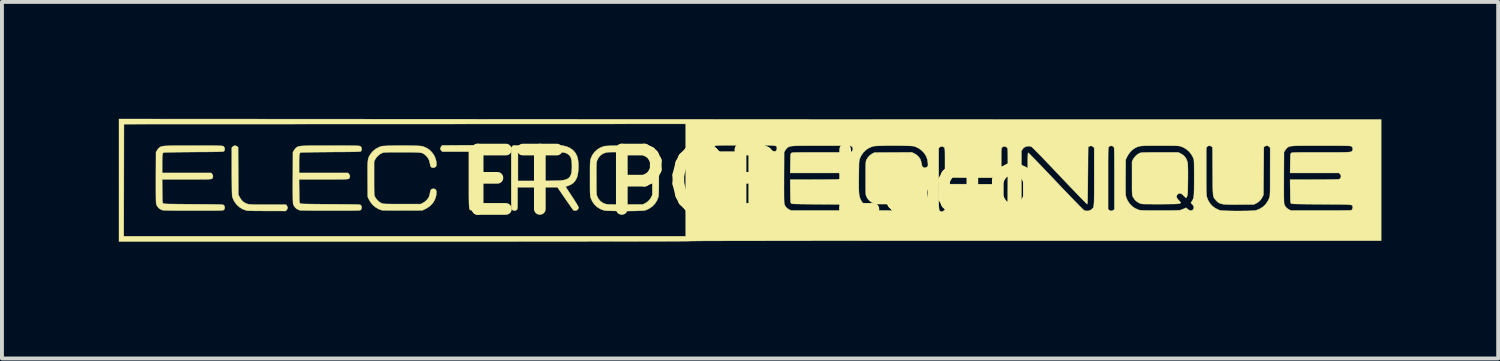
<source format=kicad_pcb>
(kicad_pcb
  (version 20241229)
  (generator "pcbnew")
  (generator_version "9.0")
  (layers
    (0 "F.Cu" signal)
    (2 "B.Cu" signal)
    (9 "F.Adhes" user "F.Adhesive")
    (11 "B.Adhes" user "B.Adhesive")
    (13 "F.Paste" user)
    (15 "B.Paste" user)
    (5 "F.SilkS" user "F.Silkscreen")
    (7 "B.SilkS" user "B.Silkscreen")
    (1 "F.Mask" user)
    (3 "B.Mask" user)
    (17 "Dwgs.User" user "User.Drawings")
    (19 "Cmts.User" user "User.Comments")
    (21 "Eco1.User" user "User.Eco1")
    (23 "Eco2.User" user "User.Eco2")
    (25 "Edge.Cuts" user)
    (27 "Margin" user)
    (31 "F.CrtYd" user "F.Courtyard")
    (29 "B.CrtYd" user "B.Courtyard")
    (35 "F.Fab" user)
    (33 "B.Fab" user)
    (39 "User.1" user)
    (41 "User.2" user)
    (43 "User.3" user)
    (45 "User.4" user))
  (footprint "ET PCB Logo"
    (layer "F.Cu")
    (at 16.251 1.624)
    (property "Reference" "ET PCB Logo" (at 0 0 0) (layer "F.SilkS") (effects (font (size 1.524 1.524) (thickness 0.3))))
    (attr through_hole)
    (fp_poly (pts (xy -13.217 -0.916) (xy -13.215 -0.914) (xy -13.189 -0.893) (xy -13.186 -0.286) (xy -13.183 0.321) (xy -13.149 0.388) (xy -13.105 0.458) (xy -13.051 0.512) (xy -12.985 0.549) (xy -12.957 0.559) (xy -12.94 0.564) (xy -12.923 0.568) (xy -12.903 0.571) (xy -12.879 0.573) (xy -12.848 0.575) (xy -12.809 0.577) (xy -12.759 0.578) (xy -12.697 0.579) (xy -12.62 0.579) (xy -12.527 0.579) (xy -12.425 0.579) (xy -11.96 0.579) (xy -11.939 0.606) (xy -11.92 0.643) (xy -11.921 0.681) (xy -11.94 0.714) (xy -11.943 0.717) (xy -11.968 0.742) (xy -12.448 0.741) (xy -12.574 0.74) (xy -12.68 0.74) (xy -12.769 0.739) (xy -12.841 0.737) (xy -12.897 0.735) (xy -12.939 0.733) (xy -12.968 0.73) (xy -12.981 0.727) (xy -13.068 0.696) (xy -13.148 0.648) (xy -13.219 0.585) (xy -13.277 0.512) (xy -13.319 0.429) (xy -13.339 0.366) (xy -13.342 0.345) (xy -13.344 0.305) (xy -13.346 0.246) (xy -13.347 0.169) (xy -13.348 0.076) (xy -13.349 -0.033) (xy -13.35 -0.157) (xy -13.35 -0.282) (xy -13.35 -0.885) (xy -13.325 -0.91) (xy -13.292 -0.931) (xy -13.254 -0.933) (xy -13.217 -0.916)) (stroke (width 0.01) (type solid)) (fill yes) (layer "F.SilkS"))
    (fp_poly (pts (xy -7.042 -0.945) (xy -6.92 -0.945) (xy -6.815 -0.945) (xy -6.726 -0.944) (xy -6.652 -0.944) (xy -6.591 -0.943) (xy -6.542 -0.943) (xy -6.504 -0.941) (xy -6.474 -0.94) (xy -6.452 -0.938) (xy -6.436 -0.936) (xy -6.425 -0.933) (xy -6.417 -0.93) (xy -6.411 -0.927) (xy -6.407 -0.924) (xy -6.386 -0.896) (xy -6.379 -0.86) (xy -6.387 -0.825) (xy -6.403 -0.803) (xy -6.409 -0.797) (xy -6.418 -0.793) (xy -6.43 -0.789) (xy -6.448 -0.787) (xy -6.474 -0.785) (xy -6.511 -0.784) (xy -6.56 -0.783) (xy -6.623 -0.782) (xy -6.703 -0.782) (xy -6.763 -0.782) (xy -7.102 -0.782) (xy -7.102 -0.052) (xy -7.102 0.088) (xy -7.102 0.209) (xy -7.102 0.312) (xy -7.103 0.4) (xy -7.103 0.472) (xy -7.104 0.532) (xy -7.105 0.58) (xy -7.106 0.617) (xy -7.107 0.645) (xy -7.109 0.666) (xy -7.112 0.681) (xy -7.114 0.69) (xy -7.117 0.697) (xy -7.12 0.7) (xy -7.147 0.719) (xy -7.181 0.727) (xy -7.213 0.722) (xy -7.219 0.72) (xy -7.227 0.715) (xy -7.235 0.709) (xy -7.241 0.703) (xy -7.246 0.693) (xy -7.251 0.679) (xy -7.254 0.659) (xy -7.257 0.631) (xy -7.259 0.595) (xy -7.261 0.549) (xy -7.262 0.492) (xy -7.263 0.422) (xy -7.264 0.337) (xy -7.264 0.236) (xy -7.264 0.119) (xy -7.264 -0.017) (xy -7.264 -0.053) (xy -7.264 -0.782) (xy -7.946 -0.782) (xy -7.971 -0.807) (xy -7.988 -0.83) (xy -7.996 -0.852) (xy -7.996 -0.853) (xy -7.99 -0.882) (xy -7.976 -0.911) (xy -7.958 -0.933) (xy -7.95 -0.939) (xy -7.937 -0.94) (xy -7.906 -0.941) (xy -7.857 -0.941) (xy -7.794 -0.942) (xy -7.716 -0.943) (xy -7.626 -0.944) (xy -7.526 -0.944) (xy -7.417 -0.945) (xy -7.3 -0.945) (xy -7.184 -0.945) (xy -7.042 -0.945)) (stroke (width 0.01) (type solid)) (fill yes) (layer "F.SilkS"))
    (fp_poly (pts (xy 10.947 -0.762) (xy 11 -0.737) (xy 11.07 -0.695) (xy 11.124 -0.641) (xy 11.162 -0.575) (xy 11.186 -0.495) (xy 11.188 -0.483) (xy 11.19 -0.455) (xy 11.192 -0.409) (xy 11.194 -0.347) (xy 11.195 -0.271) (xy 11.195 -0.184) (xy 11.195 -0.088) (xy 11.194 -0.048) (xy 11.193 0.049) (xy 11.192 0.129) (xy 11.191 0.193) (xy 11.189 0.242) (xy 11.187 0.281) (xy 11.185 0.309) (xy 11.182 0.331) (xy 11.178 0.347) (xy 11.173 0.361) (xy 11.172 0.363) (xy 11.16 0.389) (xy 11.15 0.404) (xy 11.147 0.406) (xy 11.138 0.4) (xy 11.118 0.382) (xy 11.091 0.357) (xy 11.083 0.348) (xy 11.051 0.319) (xy 11.028 0.301) (xy 11.008 0.293) (xy 10.987 0.291) (xy 10.954 0.296) (xy 10.927 0.317) (xy 10.926 0.319) (xy 10.906 0.348) (xy 10.902 0.378) (xy 10.913 0.41) (xy 10.94 0.447) (xy 10.959 0.468) (xy 10.985 0.496) (xy 11.004 0.518) (xy 11.012 0.531) (xy 11.013 0.532) (xy 11.003 0.539) (xy 10.992 0.546) (xy 10.978 0.551) (xy 10.959 0.555) (xy 10.933 0.558) (xy 10.898 0.56) (xy 10.852 0.562) (xy 10.793 0.563) (xy 10.721 0.564) (xy 10.632 0.565) (xy 10.525 0.566) (xy 10.495 0.566) (xy 10.399 0.566) (xy 10.308 0.566) (xy 10.225 0.565) (xy 10.152 0.564) (xy 10.091 0.564) (xy 10.044 0.562) (xy 10.013 0.561) (xy 10.002 0.56) (xy 9.958 0.544) (xy 9.911 0.519) (xy 9.867 0.489) (xy 9.835 0.459) (xy 9.834 0.458) (xy 9.811 0.426) (xy 9.788 0.388) (xy 9.782 0.376) (xy 9.776 0.365) (xy 9.771 0.353) (xy 9.768 0.339) (xy 9.765 0.322) (xy 9.763 0.298) (xy 9.761 0.266) (xy 9.76 0.224) (xy 9.759 0.17) (xy 9.759 0.102) (xy 9.759 0.018) (xy 9.759 -0.084) (xy 9.759 -0.523) (xy 9.783 -0.577) (xy 9.813 -0.626) (xy 9.855 -0.673) (xy 9.903 -0.714) (xy 9.953 -0.742) (xy 9.963 -0.746) (xy 9.977 -0.75) (xy 9.995 -0.753) (xy 10.018 -0.755) (xy 10.048 -0.758) (xy 10.088 -0.759) (xy 10.139 -0.76) (xy 10.203 -0.761) (xy 10.282 -0.762) (xy 10.377 -0.762) (xy 10.479 -0.762) (xy 10.947 -0.762)) (stroke (width 0.01) (type solid)) (fill yes) (layer "F.SilkS"))
    (fp_poly (pts (xy -5.132 -0.943) (xy -5.036 -0.942) (xy -4.959 -0.94) (xy -4.901 -0.938) (xy -4.863 -0.936) (xy -4.852 -0.935) (xy -4.753 -0.911) (xy -4.667 -0.872) (xy -4.594 -0.82) (xy -4.535 -0.754) (xy -4.492 -0.676) (xy -4.48 -0.641) (xy -4.464 -0.572) (xy -4.454 -0.49) (xy -4.452 -0.401) (xy -4.455 -0.31) (xy -4.465 -0.225) (xy -4.481 -0.149) (xy -4.492 -0.117) (xy -4.527 -0.044) (xy -4.574 0.014) (xy -4.635 0.059) (xy -4.711 0.093) (xy -4.72 0.096) (xy -4.784 0.117) (xy -4.617 0.371) (xy -4.561 0.456) (xy -4.517 0.527) (xy -4.483 0.583) (xy -4.461 0.622) (xy -4.451 0.646) (xy -4.45 0.651) (xy -4.459 0.689) (xy -4.484 0.716) (xy -4.519 0.731) (xy -4.531 0.732) (xy -4.56 0.728) (xy -4.582 0.72) (xy -4.584 0.718) (xy -4.593 0.706) (xy -4.612 0.68) (xy -4.639 0.642) (xy -4.674 0.592) (xy -4.715 0.534) (xy -4.759 0.47) (xy -4.795 0.418) (xy -4.992 0.132) (xy -6.015 0.132) (xy -6.015 0.411) (xy -6.015 0.494) (xy -6.015 0.559) (xy -6.016 0.609) (xy -6.017 0.645) (xy -6.019 0.67) (xy -6.022 0.688) (xy -6.026 0.699) (xy -6.031 0.707) (xy -6.035 0.711) (xy -6.065 0.729) (xy -6.102 0.732) (xy -6.136 0.722) (xy -6.156 0.705) (xy -6.16 0.699) (xy -6.163 0.693) (xy -6.166 0.685) (xy -6.169 0.673) (xy -6.171 0.656) (xy -6.173 0.633) (xy -6.174 0.602) (xy -6.175 0.561) (xy -6.176 0.51) (xy -6.176 0.448) (xy -6.177 0.371) (xy -6.177 0.281) (xy -6.177 0.174) (xy -6.177 0.049) (xy -6.177 -0.094) (xy -6.177 -0.772) (xy -6.005 -0.772) (xy -6.005 -0.03) (xy -5.489 -0.03) (xy -5.374 -0.031) (xy -5.267 -0.031) (xy -5.168 -0.032) (xy -5.081 -0.034) (xy -5.007 -0.035) (xy -4.948 -0.037) (xy -4.905 -0.04) (xy -4.887 -0.041) (xy -4.812 -0.054) (xy -4.751 -0.073) (xy -4.704 -0.101) (xy -4.669 -0.139) (xy -4.644 -0.189) (xy -4.628 -0.253) (xy -4.62 -0.333) (xy -4.619 -0.406) (xy -4.621 -0.492) (xy -4.628 -0.56) (xy -4.642 -0.615) (xy -4.662 -0.658) (xy -4.691 -0.693) (xy -4.724 -0.719) (xy -4.742 -0.73) (xy -4.762 -0.741) (xy -4.785 -0.749) (xy -4.812 -0.756) (xy -4.845 -0.762) (xy -4.885 -0.767) (xy -4.934 -0.77) (xy -4.995 -0.773) (xy -5.067 -0.774) (xy -5.154 -0.775) (xy -5.256 -0.775) (xy -5.376 -0.775) (xy -5.499 -0.775) (xy -6.005 -0.772) (xy -6.177 -0.772) (xy -6.177 -0.883) (xy -6.153 -0.911) (xy -6.128 -0.94) (xy -5.525 -0.943) (xy -5.377 -0.943) (xy -5.245 -0.943) (xy -5.132 -0.943)) (stroke (width 0.01) (type solid)) (fill yes) (layer "F.SilkS"))
    (fp_poly (pts (xy -8.85 -0.936) (xy -8.761 -0.935) (xy -8.678 -0.933) (xy -8.604 -0.931) (xy -8.541 -0.928) (xy -8.494 -0.924) (xy -8.463 -0.92) (xy -8.459 -0.919) (xy -8.37 -0.886) (xy -8.291 -0.838) (xy -8.223 -0.775) (xy -8.167 -0.702) (xy -8.127 -0.62) (xy -8.103 -0.533) (xy -8.098 -0.466) (xy -8.099 -0.431) (xy -8.104 -0.409) (xy -8.116 -0.394) (xy -8.124 -0.387) (xy -8.161 -0.369) (xy -8.199 -0.369) (xy -8.23 -0.384) (xy -8.245 -0.403) (xy -8.256 -0.434) (xy -8.261 -0.466) (xy -8.279 -0.544) (xy -8.308 -0.609) (xy -8.352 -0.665) (xy -8.368 -0.68) (xy -8.389 -0.7) (xy -8.409 -0.716) (xy -8.429 -0.729) (xy -8.451 -0.74) (xy -8.476 -0.749) (xy -8.508 -0.755) (xy -8.547 -0.76) (xy -8.596 -0.763) (xy -8.657 -0.765) (xy -8.732 -0.766) (xy -8.822 -0.767) (xy -8.93 -0.767) (xy -8.981 -0.767) (xy -9.09 -0.767) (xy -9.181 -0.767) (xy -9.255 -0.766) (xy -9.315 -0.766) (xy -9.362 -0.764) (xy -9.399 -0.763) (xy -9.427 -0.761) (xy -9.449 -0.758) (xy -9.466 -0.755) (xy -9.481 -0.75) (xy -9.487 -0.748) (xy -9.542 -0.721) (xy -9.595 -0.679) (xy -9.641 -0.629) (xy -9.674 -0.577) (xy -9.698 -0.523) (xy -9.698 -0.097) (xy -9.698 0.008) (xy -9.698 0.094) (xy -9.697 0.164) (xy -9.697 0.219) (xy -9.695 0.263) (xy -9.694 0.296) (xy -9.692 0.321) (xy -9.689 0.339) (xy -9.685 0.354) (xy -9.681 0.366) (xy -9.676 0.378) (xy -9.644 0.429) (xy -9.6 0.478) (xy -9.55 0.52) (xy -9.512 0.541) (xy -9.501 0.547) (xy -9.489 0.551) (xy -9.475 0.554) (xy -9.458 0.557) (xy -9.435 0.559) (xy -9.404 0.561) (xy -9.363 0.562) (xy -9.312 0.563) (xy -9.247 0.564) (xy -9.167 0.564) (xy -9.07 0.564) (xy -8.981 0.564) (xy -8.499 0.564) (xy -8.448 0.539) (xy -8.395 0.505) (xy -8.346 0.461) (xy -8.307 0.413) (xy -8.29 0.382) (xy -8.277 0.346) (xy -8.266 0.302) (xy -8.262 0.276) (xy -8.251 0.226) (xy -8.235 0.194) (xy -8.21 0.177) (xy -8.177 0.173) (xy -8.138 0.179) (xy -8.113 0.198) (xy -8.1 0.233) (xy -8.098 0.267) (xy -8.108 0.36) (xy -8.137 0.448) (xy -8.183 0.528) (xy -8.246 0.598) (xy -8.323 0.657) (xy -8.37 0.683) (xy -8.457 0.726) (xy -8.96 0.728) (xy -9.061 0.728) (xy -9.157 0.728) (xy -9.245 0.728) (xy -9.324 0.727) (xy -9.391 0.726) (xy -9.444 0.724) (xy -9.482 0.723) (xy -9.502 0.721) (xy -9.503 0.721) (xy -9.584 0.691) (xy -9.662 0.645) (xy -9.732 0.585) (xy -9.79 0.514) (xy -9.822 0.459) (xy -9.86 0.382) (xy -9.863 -0.071) (xy -9.864 -0.188) (xy -9.864 -0.287) (xy -9.864 -0.37) (xy -9.863 -0.438) (xy -9.86 -0.494) (xy -9.857 -0.54) (xy -9.852 -0.577) (xy -9.845 -0.608) (xy -9.836 -0.635) (xy -9.825 -0.659) (xy -9.811 -0.683) (xy -9.795 -0.708) (xy -9.795 -0.709) (xy -9.733 -0.787) (xy -9.657 -0.85) (xy -9.57 -0.897) (xy -9.503 -0.92) (xy -9.476 -0.924) (xy -9.431 -0.927) (xy -9.372 -0.93) (xy -9.3 -0.933) (xy -9.219 -0.934) (xy -9.131 -0.936) (xy -9.038 -0.936) (xy -8.944 -0.936) (xy -8.85 -0.936)) (stroke (width 0.01) (type solid)) (fill yes) (layer "F.SilkS"))
    (fp_poly (pts (xy -3.141 -0.936) (xy -3.051 -0.935) (xy -2.968 -0.933) (xy -2.894 -0.931) (xy -2.832 -0.928) (xy -2.784 -0.924) (xy -2.753 -0.92) (xy -2.749 -0.919) (xy -2.66 -0.886) (xy -2.579 -0.836) (xy -2.509 -0.771) (xy -2.453 -0.695) (xy -2.412 -0.61) (xy -2.402 -0.576) (xy -2.398 -0.557) (xy -2.395 -0.53) (xy -2.393 -0.494) (xy -2.391 -0.446) (xy -2.389 -0.385) (xy -2.389 -0.308) (xy -2.388 -0.215) (xy -2.388 -0.104) (xy -2.388 -0.097) (xy -2.388 0.016) (xy -2.388 0.11) (xy -2.389 0.188) (xy -2.391 0.25) (xy -2.393 0.298) (xy -2.395 0.336) (xy -2.398 0.363) (xy -2.402 0.382) (xy -2.402 0.383) (xy -2.435 0.471) (xy -2.486 0.551) (xy -2.551 0.62) (xy -2.628 0.676) (xy -2.714 0.716) (xy -2.749 0.726) (xy -2.775 0.73) (xy -2.818 0.734) (xy -2.877 0.736) (xy -2.948 0.739) (xy -3.029 0.741) (xy -3.117 0.742) (xy -3.209 0.742) (xy -3.303 0.742) (xy -3.396 0.742) (xy -3.486 0.741) (xy -3.569 0.739) (xy -3.644 0.737) (xy -3.707 0.735) (xy -3.757 0.731) (xy -3.79 0.728) (xy -3.797 0.726) (xy -3.889 0.691) (xy -3.971 0.641) (xy -4.04 0.576) (xy -4.095 0.499) (xy -4.134 0.412) (xy -4.136 0.405) (xy -4.141 0.389) (xy -4.145 0.371) (xy -4.148 0.351) (xy -4.15 0.324) (xy -4.152 0.291) (xy -4.154 0.248) (xy -4.154 0.194) (xy -4.155 0.126) (xy -4.155 0.042) (xy -4.155 -0.059) (xy -4.155 -0.097) (xy -4.155 -0.109) (xy -3.992 -0.109) (xy -3.992 -0.094) (xy -3.992 0.01) (xy -3.992 0.095) (xy -3.991 0.163) (xy -3.99 0.218) (xy -3.989 0.261) (xy -3.987 0.293) (xy -3.984 0.318) (xy -3.981 0.337) (xy -3.977 0.352) (xy -3.975 0.358) (xy -3.938 0.432) (xy -3.886 0.492) (xy -3.821 0.538) (xy -3.75 0.565) (xy -3.732 0.569) (xy -3.704 0.571) (xy -3.664 0.574) (xy -3.61 0.575) (xy -3.542 0.576) (xy -3.458 0.576) (xy -3.357 0.577) (xy -3.251 0.576) (xy -2.799 0.574) (xy -2.743 0.547) (xy -2.674 0.503) (xy -2.617 0.444) (xy -2.582 0.386) (xy -2.555 0.33) (xy -2.555 -0.523) (xy -2.582 -0.579) (xy -2.626 -0.649) (xy -2.685 -0.705) (xy -2.743 -0.741) (xy -2.799 -0.767) (xy -3.244 -0.77) (xy -3.355 -0.771) (xy -3.447 -0.771) (xy -3.523 -0.771) (xy -3.584 -0.77) (xy -3.633 -0.769) (xy -3.672 -0.768) (xy -3.702 -0.765) (xy -3.725 -0.762) (xy -3.744 -0.759) (xy -3.75 -0.757) (xy -3.826 -0.728) (xy -3.889 -0.683) (xy -3.94 -0.623) (xy -3.975 -0.549) (xy -3.976 -0.546) (xy -3.981 -0.531) (xy -3.984 -0.512) (xy -3.987 -0.488) (xy -3.989 -0.456) (xy -3.99 -0.415) (xy -3.992 -0.361) (xy -3.992 -0.293) (xy -3.992 -0.21) (xy -3.992 -0.109) (xy -4.155 -0.109) (xy -4.155 -0.204) (xy -4.155 -0.293) (xy -4.155 -0.366) (xy -4.154 -0.424) (xy -4.153 -0.471) (xy -4.151 -0.507) (xy -4.149 -0.536) (xy -4.146 -0.558) (xy -4.142 -0.577) (xy -4.138 -0.593) (xy -4.136 -0.599) (xy -4.098 -0.687) (xy -4.044 -0.764) (xy -3.975 -0.83) (xy -3.894 -0.881) (xy -3.802 -0.917) (xy -3.793 -0.92) (xy -3.766 -0.924) (xy -3.721 -0.927) (xy -3.662 -0.93) (xy -3.59 -0.933) (xy -3.509 -0.934) (xy -3.421 -0.936) (xy -3.328 -0.936) (xy -3.234 -0.936) (xy -3.141 -0.936)) (stroke (width 0.01) (type solid)) (fill yes) (layer "F.SilkS"))
    (fp_poly (pts (xy -14.194 -0.935) (xy -14.072 -0.935) (xy -13.967 -0.935) (xy -13.879 -0.934) (xy -13.804 -0.934) (xy -13.744 -0.933) (xy -13.695 -0.932) (xy -13.656 -0.931) (xy -13.626 -0.93) (xy -13.604 -0.928) (xy -13.589 -0.926) (xy -13.577 -0.923) (xy -13.57 -0.92) (xy -13.564 -0.917) (xy -13.56 -0.914) (xy -13.54 -0.886) (xy -13.532 -0.85) (xy -13.538 -0.814) (xy -13.548 -0.797) (xy -13.551 -0.793) (xy -13.556 -0.79) (xy -13.564 -0.787) (xy -13.576 -0.785) (xy -13.594 -0.783) (xy -13.619 -0.781) (xy -13.653 -0.78) (xy -13.697 -0.778) (xy -13.752 -0.777) (xy -13.819 -0.776) (xy -13.901 -0.775) (xy -13.998 -0.774) (xy -14.112 -0.774) (xy -14.245 -0.773) (xy -14.322 -0.772) (xy -14.445 -0.771) (xy -14.562 -0.77) (xy -14.672 -0.769) (xy -14.773 -0.768) (xy -14.863 -0.766) (xy -14.941 -0.765) (xy -15.005 -0.763) (xy -15.054 -0.762) (xy -15.086 -0.76) (xy -15.099 -0.759) (xy -15.099 -0.759) (xy -15.111 -0.751) (xy -15.12 -0.738) (xy -15.127 -0.719) (xy -15.132 -0.69) (xy -15.136 -0.649) (xy -15.137 -0.595) (xy -15.138 -0.524) (xy -15.138 -0.467) (xy -15.138 -0.234) (xy -13.882 -0.234) (xy -13.858 -0.208) (xy -13.838 -0.175) (xy -13.834 -0.139) (xy -13.843 -0.107) (xy -13.857 -0.09) (xy -13.863 -0.086) (xy -13.87 -0.083) (xy -13.881 -0.08) (xy -13.897 -0.078) (xy -13.919 -0.076) (xy -13.949 -0.074) (xy -13.989 -0.073) (xy -14.04 -0.072) (xy -14.104 -0.072) (xy -14.181 -0.071) (xy -14.275 -0.071) (xy -14.386 -0.071) (xy -14.51 -0.071) (xy -15.139 -0.071) (xy -15.136 0.228) (xy -15.135 0.315) (xy -15.134 0.383) (xy -15.133 0.436) (xy -15.131 0.475) (xy -15.129 0.503) (xy -15.126 0.523) (xy -15.122 0.535) (xy -15.118 0.543) (xy -15.115 0.546) (xy -15.111 0.549) (xy -15.104 0.552) (xy -15.094 0.555) (xy -15.078 0.557) (xy -15.056 0.559) (xy -15.026 0.561) (xy -14.986 0.562) (xy -14.937 0.563) (xy -14.875 0.564) (xy -14.799 0.565) (xy -14.709 0.566) (xy -14.602 0.567) (xy -14.478 0.568) (xy -14.336 0.569) (xy -14.194 0.57) (xy -14.07 0.571) (xy -13.964 0.572) (xy -13.874 0.573) (xy -13.799 0.574) (xy -13.737 0.575) (xy -13.687 0.576) (xy -13.648 0.577) (xy -13.618 0.579) (xy -13.595 0.581) (xy -13.58 0.583) (xy -13.569 0.586) (xy -13.561 0.589) (xy -13.556 0.592) (xy -13.555 0.593) (xy -13.538 0.621) (xy -13.533 0.656) (xy -13.54 0.691) (xy -13.553 0.711) (xy -13.558 0.715) (xy -13.563 0.718) (xy -13.571 0.721) (xy -13.583 0.723) (xy -13.6 0.725) (xy -13.625 0.727) (xy -13.657 0.728) (xy -13.699 0.729) (xy -13.752 0.73) (xy -13.817 0.731) (xy -13.896 0.731) (xy -13.989 0.731) (xy -14.1 0.731) (xy -14.228 0.731) (xy -14.338 0.731) (xy -14.486 0.731) (xy -14.614 0.731) (xy -14.725 0.73) (xy -14.819 0.73) (xy -14.899 0.729) (xy -14.964 0.728) (xy -15.017 0.727) (xy -15.059 0.725) (xy -15.092 0.724) (xy -15.116 0.722) (xy -15.132 0.719) (xy -15.143 0.716) (xy -15.143 0.716) (xy -15.205 0.685) (xy -15.252 0.638) (xy -15.284 0.58) (xy -15.291 0.558) (xy -15.293 0.538) (xy -15.295 0.499) (xy -15.297 0.44) (xy -15.298 0.362) (xy -15.299 0.266) (xy -15.299 0.151) (xy -15.299 0.019) (xy -15.299 -0.124) (xy -15.296 -0.767) (xy -15.268 -0.815) (xy -15.246 -0.847) (xy -15.22 -0.875) (xy -15.209 -0.884) (xy -15.196 -0.894) (xy -15.183 -0.902) (xy -15.169 -0.908) (xy -15.152 -0.914) (xy -15.131 -0.919) (xy -15.105 -0.923) (xy -15.072 -0.927) (xy -15.031 -0.929) (xy -14.98 -0.931) (xy -14.918 -0.933) (xy -14.843 -0.934) (xy -14.753 -0.934) (xy -14.649 -0.935) (xy -14.527 -0.935) (xy -14.387 -0.935) (xy -14.336 -0.935) (xy -14.194 -0.935)) (stroke (width 0.01) (type solid)) (fill yes) (layer "F.SilkS"))
    (fp_poly (pts (xy -10.679 -0.935) (xy -10.557 -0.935) (xy -10.452 -0.935) (xy -10.363 -0.934) (xy -10.289 -0.934) (xy -10.228 -0.933) (xy -10.179 -0.932) (xy -10.141 -0.931) (xy -10.111 -0.93) (xy -10.089 -0.928) (xy -10.073 -0.926) (xy -10.062 -0.923) (xy -10.054 -0.92) (xy -10.048 -0.917) (xy -10.045 -0.914) (xy -10.024 -0.886) (xy -10.017 -0.85) (xy -10.023 -0.814) (xy -10.032 -0.797) (xy -10.035 -0.793) (xy -10.04 -0.79) (xy -10.048 -0.787) (xy -10.06 -0.785) (xy -10.079 -0.783) (xy -10.104 -0.781) (xy -10.138 -0.78) (xy -10.181 -0.778) (xy -10.236 -0.777) (xy -10.304 -0.776) (xy -10.386 -0.775) (xy -10.483 -0.774) (xy -10.597 -0.774) (xy -10.729 -0.773) (xy -10.807 -0.772) (xy -10.93 -0.771) (xy -11.047 -0.77) (xy -11.156 -0.769) (xy -11.257 -0.768) (xy -11.348 -0.766) (xy -11.426 -0.765) (xy -11.49 -0.763) (xy -11.539 -0.762) (xy -11.57 -0.76) (xy -11.583 -0.759) (xy -11.584 -0.759) (xy -11.596 -0.751) (xy -11.605 -0.738) (xy -11.612 -0.719) (xy -11.617 -0.69) (xy -11.62 -0.649) (xy -11.622 -0.595) (xy -11.623 -0.524) (xy -11.623 -0.467) (xy -11.623 -0.234) (xy -10.367 -0.234) (xy -10.343 -0.208) (xy -10.323 -0.175) (xy -10.318 -0.139) (xy -10.328 -0.107) (xy -10.342 -0.09) (xy -10.348 -0.086) (xy -10.355 -0.083) (xy -10.366 -0.08) (xy -10.382 -0.078) (xy -10.404 -0.076) (xy -10.434 -0.074) (xy -10.474 -0.073) (xy -10.525 -0.072) (xy -10.588 -0.072) (xy -10.666 -0.071) (xy -10.76 -0.071) (xy -10.87 -0.071) (xy -10.995 -0.071) (xy -11.624 -0.071) (xy -11.621 0.228) (xy -11.62 0.315) (xy -11.619 0.383) (xy -11.618 0.436) (xy -11.616 0.475) (xy -11.614 0.503) (xy -11.611 0.523) (xy -11.607 0.535) (xy -11.602 0.543) (xy -11.6 0.546) (xy -11.595 0.549) (xy -11.589 0.552) (xy -11.578 0.555) (xy -11.563 0.557) (xy -11.54 0.559) (xy -11.51 0.561) (xy -11.471 0.562) (xy -11.421 0.563) (xy -11.359 0.564) (xy -11.284 0.565) (xy -11.193 0.566) (xy -11.087 0.567) (xy -10.963 0.568) (xy -10.821 0.569) (xy -10.679 0.57) (xy -10.555 0.571) (xy -10.449 0.572) (xy -10.359 0.573) (xy -10.284 0.574) (xy -10.222 0.575) (xy -10.172 0.576) (xy -10.133 0.577) (xy -10.102 0.579) (xy -10.08 0.581) (xy -10.064 0.583) (xy -10.053 0.586) (xy -10.046 0.589) (xy -10.041 0.592) (xy -10.039 0.593) (xy -10.022 0.621) (xy -10.017 0.656) (xy -10.025 0.691) (xy -10.038 0.711) (xy -10.042 0.715) (xy -10.048 0.718) (xy -10.056 0.721) (xy -10.068 0.723) (xy -10.085 0.725) (xy -10.109 0.727) (xy -10.142 0.728) (xy -10.183 0.729) (xy -10.236 0.73) (xy -10.301 0.731) (xy -10.38 0.731) (xy -10.474 0.731) (xy -10.585 0.731) (xy -10.713 0.731) (xy -10.823 0.731) (xy -10.97 0.731) (xy -11.099 0.731) (xy -11.21 0.73) (xy -11.304 0.73) (xy -11.383 0.729) (xy -11.449 0.728) (xy -11.502 0.727) (xy -11.544 0.725) (xy -11.576 0.724) (xy -11.6 0.722) (xy -11.617 0.719) (xy -11.627 0.716) (xy -11.628 0.716) (xy -11.689 0.685) (xy -11.737 0.638) (xy -11.769 0.58) (xy -11.776 0.558) (xy -11.778 0.538) (xy -11.78 0.499) (xy -11.782 0.44) (xy -11.783 0.362) (xy -11.784 0.266) (xy -11.784 0.151) (xy -11.784 0.019) (xy -11.783 -0.124) (xy -11.781 -0.767) (xy -11.753 -0.815) (xy -11.73 -0.847) (xy -11.705 -0.875) (xy -11.693 -0.884) (xy -11.68 -0.894) (xy -11.667 -0.902) (xy -11.653 -0.908) (xy -11.637 -0.914) (xy -11.616 -0.919) (xy -11.59 -0.923) (xy -11.557 -0.927) (xy -11.516 -0.929) (xy -11.465 -0.931) (xy -11.402 -0.933) (xy -11.327 -0.934) (xy -11.238 -0.934) (xy -11.133 -0.935) (xy -11.012 -0.935) (xy -10.872 -0.935) (xy -10.82 -0.935) (xy -10.679 -0.935)) (stroke (width 0.01) (type solid)) (fill yes) (layer "F.SilkS"))
    (fp_poly (pts (xy -5.235 -1.612) (xy -4.73 -1.612) (xy -4.221 -1.611) (xy -3.707 -1.611) (xy -3.189 -1.611) (xy -2.669 -1.611) (xy -2.147 -1.61) (xy -1.624 -1.61) (xy -1.099 -1.61) (xy -0.575 -1.609) (xy -0.052 -1.609) (xy 0.47 -1.609) (xy 0.989 -1.609) (xy 1.506 -1.608) (xy 2.019 -1.608) (xy 2.527 -1.608) (xy 3.031 -1.608) (xy 3.528 -1.607) (xy 4.019 -1.607) (xy 4.503 -1.607) (xy 4.979 -1.607) (xy 5.446 -1.607) (xy 5.903 -1.607) (xy 6.351 -1.606) (xy 6.787 -1.606) (xy 7.213 -1.606) (xy 7.625 -1.606) (xy 8.025 -1.606) (xy 8.411 -1.606) (xy 8.783 -1.606) (xy 9.139 -1.606) (xy 9.48 -1.605) (xy 9.804 -1.605) (xy 10.11 -1.605) (xy 10.399 -1.605) (xy 10.669 -1.605) (xy 10.919 -1.605) (xy 10.965 -1.605) (xy 16.154 -1.605) (xy 16.154 1.504) (xy 7.295 1.504) (xy 6.708 1.504) (xy 6.14 1.504) (xy 5.592 1.504) (xy 5.064 1.504) (xy 4.557 1.504) (xy 4.069 1.504) (xy 3.602 1.504) (xy 3.155 1.504) (xy 2.728 1.505) (xy 2.321 1.505) (xy 1.935 1.505) (xy 1.568 1.505) (xy 1.222 1.506) (xy 0.896 1.506) (xy 0.59 1.506) (xy 0.305 1.507) (xy 0.039 1.507) (xy -0.206 1.507) (xy -0.431 1.508) (xy -0.636 1.508) (xy -0.82 1.509) (xy -0.984 1.509) (xy -1.128 1.51) (xy -1.252 1.51) (xy -1.355 1.511) (xy -1.439 1.512) (xy -1.501 1.512) (xy -1.544 1.513) (xy -1.566 1.513) (xy -1.57 1.514) (xy -1.58 1.515) (xy -1.611 1.515) (xy -1.663 1.516) (xy -1.734 1.517) (xy -1.826 1.517) (xy -1.938 1.518) (xy -2.07 1.518) (xy -2.223 1.519) (xy -2.396 1.519) (xy -2.589 1.52) (xy -2.802 1.52) (xy -3.035 1.521) (xy -3.289 1.521) (xy -3.563 1.522) (xy -3.857 1.522) (xy -4.171 1.522) (xy -4.506 1.523) (xy -4.86 1.523) (xy -5.235 1.523) (xy -5.63 1.523) (xy -6.044 1.524) (xy -6.479 1.524) (xy -6.935 1.524) (xy -7.41 1.524) (xy -7.905 1.524) (xy -8.42 1.524) (xy -8.911 1.524) (xy -16.246 1.524) (xy -16.246 1.392) (xy -16.124 1.392) (xy -1.697 1.392) (xy -1.697 -0.861) (xy -0.972 -0.861) (xy -0.964 -0.824) (xy -0.955 -0.81) (xy -0.933 -0.782) (xy -0.244 -0.782) (xy -0.244 -0.053) (xy -0.244 0.093) (xy -0.244 0.221) (xy -0.243 0.33) (xy -0.242 0.422) (xy -0.242 0.498) (xy -0.241 0.56) (xy -0.239 0.609) (xy -0.238 0.645) (xy -0.236 0.671) (xy -0.233 0.686) (xy -0.231 0.693) (xy -0.199 0.72) (xy -0.163 0.73) (xy -0.128 0.722) (xy -0.106 0.707) (xy -0.081 0.682) (xy -0.081 0.151) (xy 0.824 0.151) (xy 0.825 0.259) (xy 0.825 0.35) (xy 0.826 0.424) (xy 0.827 0.481) (xy 0.829 0.524) (xy 0.831 0.552) (xy 0.834 0.565) (xy 0.859 0.62) (xy 0.9 0.668) (xy 0.953 0.704) (xy 0.959 0.707) (xy 1.011 0.731) (xy 1.776 0.731) (xy 1.927 0.731) (xy 2.064 0.731) (xy 2.186 0.73) (xy 2.292 0.729) (xy 2.382 0.728) (xy 2.454 0.727) (xy 2.508 0.725) (xy 2.544 0.724) (xy 2.559 0.722) (xy 2.56 0.722) (xy 2.579 0.701) (xy 2.592 0.671) (xy 2.594 0.639) (xy 2.591 0.627) (xy 2.588 0.617) (xy 2.584 0.609) (xy 2.58 0.601) (xy 2.572 0.595) (xy 2.56 0.59) (xy 2.543 0.586) (xy 2.519 0.582) (xy 2.486 0.579) (xy 2.445 0.577) (xy 2.392 0.575) (xy 2.327 0.574) (xy 2.248 0.572) (xy 2.154 0.572) (xy 2.044 0.571) (xy 1.916 0.57) (xy 1.787 0.569) (xy 1.644 0.568) (xy 1.52 0.567) (xy 1.414 0.566) (xy 1.324 0.565) (xy 1.249 0.564) (xy 1.187 0.563) (xy 1.137 0.562) (xy 1.098 0.561) (xy 1.068 0.559) (xy 1.046 0.557) (xy 1.03 0.555) (xy 1.02 0.552) (xy 1.013 0.549) (xy 1.009 0.546) (xy 1.003 0.539) (xy 0.999 0.529) (xy 0.996 0.513) (xy 0.993 0.489) (xy 0.991 0.454) (xy 0.99 0.407) (xy 0.989 0.346) (xy 0.988 0.267) (xy 0.987 0.234) (xy 0.986 0.068) (xy 2.744 0.068) (xy 2.745 0.148) (xy 2.747 0.214) (xy 2.749 0.269) (xy 2.753 0.314) (xy 2.759 0.351) (xy 2.766 0.383) (xy 2.776 0.412) (xy 2.787 0.44) (xy 2.795 0.457) (xy 2.825 0.508) (xy 2.866 0.561) (xy 2.914 0.611) (xy 2.962 0.652) (xy 2.985 0.668) (xy 3.009 0.682) (xy 3.031 0.693) (xy 3.053 0.703) (xy 3.077 0.71) (xy 3.105 0.717) (xy 3.14 0.721) (xy 3.182 0.725) (xy 3.233 0.727) (xy 3.297 0.729) (xy 3.374 0.73) (xy 3.467 0.731) (xy 3.577 0.731) (xy 3.633 0.731) (xy 3.748 0.731) (xy 3.845 0.731) (xy 3.926 0.73) (xy 3.991 0.73) (xy 4.044 0.729) (xy 4.085 0.727) (xy 4.117 0.725) (xy 4.142 0.722) (xy 4.161 0.719) (xy 4.176 0.715) (xy 4.26 0.681) (xy 4.335 0.632) (xy 4.401 0.57) (xy 4.455 0.498) (xy 4.494 0.42) (xy 4.516 0.336) (xy 4.521 0.278) (xy 4.519 0.233) (xy 4.509 0.203) (xy 4.491 0.184) (xy 4.47 0.174) (xy 4.43 0.168) (xy 4.397 0.181) (xy 4.373 0.211) (xy 4.358 0.258) (xy 4.355 0.278) (xy 4.336 0.357) (xy 4.301 0.427) (xy 4.248 0.485) (xy 4.184 0.529) (xy 4.12 0.564) (xy 3.155 0.564) (xy 3.09 0.529) (xy 3.029 0.488) (xy 2.982 0.439) (xy 2.944 0.376) (xy 2.938 0.365) (xy 2.934 0.353) (xy 2.93 0.339) (xy 2.927 0.322) (xy 2.925 0.298) (xy 2.923 0.266) (xy 2.922 0.224) (xy 2.922 0.17) (xy 2.921 0.102) (xy 2.921 0.065) (xy 4.796 0.065) (xy 4.796 0.193) (xy 4.796 0.304) (xy 4.796 0.398) (xy 4.797 0.477) (xy 4.798 0.542) (xy 4.799 0.596) (xy 4.801 0.638) (xy 4.803 0.671) (xy 4.806 0.696) (xy 4.81 0.714) (xy 4.814 0.727) (xy 4.82 0.736) (xy 4.826 0.742) (xy 4.834 0.746) (xy 4.841 0.75) (xy 4.871 0.761) (xy 4.898 0.755) (xy 4.927 0.736) (xy 4.958 0.709) (xy 4.958 0.052) (xy 5.679 0.054) (xy 6.401 0.056) (xy 6.401 0.383) (xy 6.401 0.709) (xy 6.433 0.737) (xy 6.47 0.756) (xy 6.507 0.756) (xy 6.543 0.736) (xy 6.548 0.731) (xy 6.552 0.727) (xy 6.555 0.721) (xy 6.558 0.713) (xy 6.56 0.701) (xy 6.562 0.683) (xy 6.564 0.659) (xy 6.566 0.627) (xy 6.567 0.584) (xy 6.568 0.531) (xy 6.569 0.466) (xy 6.569 0.387) (xy 6.57 0.293) (xy 6.57 0.182) (xy 6.571 0.053) (xy 6.571 -0.059) (xy 6.572 -0.182) (xy 6.572 -0.301) (xy 6.572 -0.412) (xy 6.572 -0.514) (xy 6.572 -0.606) (xy 6.571 -0.685) (xy 6.571 -0.751) (xy 6.57 -0.796) (xy 6.919 -0.796) (xy 6.919 0.7) (xy 6.946 0.721) (xy 6.983 0.739) (xy 7.02 0.738) (xy 7.054 0.719) (xy 7.057 0.717) (xy 7.082 0.692) (xy 7.082 -0.03) (xy 7.082 -0.171) (xy 7.082 -0.293) (xy 7.082 -0.398) (xy 7.083 -0.486) (xy 7.083 -0.559) (xy 7.084 -0.617) (xy 7.085 -0.664) (xy 7.087 -0.699) (xy 7.088 -0.724) (xy 7.09 -0.74) (xy 7.093 -0.749) (xy 7.095 -0.752) (xy 7.095 -0.752) (xy 7.104 -0.745) (xy 7.126 -0.724) (xy 7.16 -0.69) (xy 7.205 -0.644) (xy 7.26 -0.588) (xy 7.324 -0.522) (xy 7.396 -0.447) (xy 7.476 -0.364) (xy 7.562 -0.274) (xy 7.653 -0.179) (xy 7.748 -0.079) (xy 7.803 -0.021) (xy 7.911 0.093) (xy 8.013 0.2) (xy 8.108 0.299) (xy 8.195 0.39) (xy 8.275 0.472) (xy 8.345 0.544) (xy 8.405 0.605) (xy 8.454 0.654) (xy 8.492 0.692) (xy 8.517 0.716) (xy 8.53 0.726) (xy 8.53 0.726) (xy 8.584 0.741) (xy 8.641 0.739) (xy 8.695 0.719) (xy 8.731 0.693) (xy 8.742 0.683) (xy 8.751 0.674) (xy 8.759 0.664) (xy 8.766 0.651) (xy 8.771 0.635) (xy 8.776 0.614) (xy 8.779 0.586) (xy 8.782 0.551) (xy 8.785 0.506) (xy 8.786 0.45) (xy 8.787 0.382) (xy 8.788 0.3) (xy 8.788 0.203) (xy 8.788 0.09) (xy 8.788 -0.042) (xy 8.788 -0.095) (xy 9.144 -0.095) (xy 9.144 0.692) (xy 9.169 0.717) (xy 9.202 0.738) (xy 9.24 0.74) (xy 9.277 0.723) (xy 9.28 0.721) (xy 9.307 0.7) (xy 9.307 0.079) (xy 9.592 0.079) (xy 9.592 0.154) (xy 9.593 0.215) (xy 9.594 0.264) (xy 9.595 0.302) (xy 9.597 0.331) (xy 9.6 0.354) (xy 9.604 0.372) (xy 9.607 0.385) (xy 9.642 0.471) (xy 9.694 0.55) (xy 9.759 0.618) (xy 9.836 0.673) (xy 9.922 0.711) (xy 9.924 0.712) (xy 9.939 0.716) (xy 9.955 0.72) (xy 9.976 0.723) (xy 10.001 0.725) (xy 10.034 0.727) (xy 10.077 0.728) (xy 10.13 0.729) (xy 10.197 0.73) (xy 10.278 0.731) (xy 10.377 0.731) (xy 10.47 0.731) (xy 10.606 0.731) (xy 10.722 0.73) (xy 10.818 0.729) (xy 10.894 0.727) (xy 10.95 0.725) (xy 10.986 0.722) (xy 10.998 0.72) (xy 11.031 0.709) (xy 11.071 0.693) (xy 11.093 0.684) (xy 11.146 0.659) (xy 11.187 0.695) (xy 11.227 0.723) (xy 11.267 0.733) (xy 11.302 0.726) (xy 11.328 0.705) (xy 11.346 0.67) (xy 11.346 0.635) (xy 11.326 0.597) (xy 11.309 0.577) (xy 11.27 0.534) (xy 11.293 0.497) (xy 11.307 0.475) (xy 11.319 0.454) (xy 11.328 0.433) (xy 11.335 0.409) (xy 11.341 0.381) (xy 11.346 0.346) (xy 11.349 0.302) (xy 11.351 0.248) (xy 11.353 0.182) (xy 11.353 0.101) (xy 11.354 0.004) (xy 11.354 -0.107) (xy 11.354 -0.215) (xy 11.354 -0.305) (xy 11.353 -0.378) (xy 11.353 -0.437) (xy 11.352 -0.484) (xy 11.35 -0.52) (xy 11.349 -0.548) (xy 11.346 -0.57) (xy 11.343 -0.586) (xy 11.338 -0.601) (xy 11.333 -0.614) (xy 11.33 -0.623) (xy 11.286 -0.706) (xy 11.227 -0.78) (xy 11.156 -0.843) (xy 11.086 -0.885) (xy 11.664 -0.885) (xy 11.664 -0.282) (xy 11.664 -0.152) (xy 11.664 -0.041) (xy 11.664 0.052) (xy 11.665 0.131) (xy 11.666 0.195) (xy 11.667 0.247) (xy 11.669 0.289) (xy 11.671 0.322) (xy 11.673 0.347) (xy 11.676 0.366) (xy 11.679 0.381) (xy 11.713 0.47) (xy 11.763 0.551) (xy 11.827 0.62) (xy 11.904 0.676) (xy 11.99 0.716) (xy 12.02 0.726) (xy 12.048 0.73) (xy 12.093 0.734) (xy 12.152 0.737) (xy 12.223 0.739) (xy 12.302 0.741) (xy 12.387 0.742) (xy 12.476 0.743) (xy 12.564 0.742) (xy 12.65 0.741) (xy 12.73 0.74) (xy 12.803 0.737) (xy 12.863 0.734) (xy 12.91 0.731) (xy 12.94 0.726) (xy 12.945 0.725) (xy 13.041 0.687) (xy 13.124 0.633) (xy 13.194 0.565) (xy 13.25 0.481) (xy 13.282 0.411) (xy 13.286 0.398) (xy 13.29 0.386) (xy 13.294 0.372) (xy 13.296 0.355) (xy 13.299 0.333) (xy 13.3 0.305) (xy 13.302 0.269) (xy 13.303 0.224) (xy 13.304 0.167) (xy 13.304 0.151) (xy 13.656 0.151) (xy 13.657 0.259) (xy 13.657 0.35) (xy 13.658 0.424) (xy 13.66 0.481) (xy 13.661 0.524) (xy 13.664 0.552) (xy 13.666 0.565) (xy 13.691 0.62) (xy 13.732 0.668) (xy 13.785 0.704) (xy 13.791 0.707) (xy 13.843 0.731) (xy 14.608 0.731) (xy 14.759 0.731) (xy 14.896 0.731) (xy 15.018 0.73) (xy 15.124 0.729) (xy 15.214 0.728) (xy 15.286 0.727) (xy 15.34 0.725) (xy 15.376 0.724) (xy 15.392 0.722) (xy 15.392 0.722) (xy 15.411 0.701) (xy 15.424 0.671) (xy 15.426 0.639) (xy 15.424 0.627) (xy 15.42 0.617) (xy 15.417 0.609) (xy 15.412 0.601) (xy 15.404 0.595) (xy 15.392 0.59) (xy 15.375 0.586) (xy 15.351 0.582) (xy 15.319 0.579) (xy 15.277 0.577) (xy 15.224 0.575) (xy 15.159 0.574) (xy 15.08 0.572) (xy 14.986 0.572) (xy 14.876 0.571) (xy 14.748 0.57) (xy 14.619 0.569) (xy 14.476 0.568) (xy 14.352 0.567) (xy 14.246 0.566) (xy 14.156 0.565) (xy 14.081 0.564) (xy 14.019 0.563) (xy 13.969 0.562) (xy 13.93 0.561) (xy 13.9 0.559) (xy 13.878 0.557) (xy 13.862 0.555) (xy 13.852 0.552) (xy 13.845 0.549) (xy 13.841 0.546) (xy 13.836 0.539) (xy 13.831 0.529) (xy 13.828 0.513) (xy 13.825 0.489) (xy 13.824 0.454) (xy 13.822 0.407) (xy 13.821 0.346) (xy 13.82 0.267) (xy 13.82 0.234) (xy 13.816 -0.061) (xy 14.447 -0.063) (xy 14.575 -0.064) (xy 14.685 -0.064) (xy 14.778 -0.065) (xy 14.855 -0.066) (xy 14.918 -0.067) (xy 14.968 -0.068) (xy 15.008 -0.069) (xy 15.037 -0.07) (xy 15.059 -0.072) (xy 15.074 -0.075) (xy 15.084 -0.078) (xy 15.091 -0.081) (xy 15.096 -0.085) (xy 15.097 -0.086) (xy 15.12 -0.121) (xy 15.124 -0.159) (xy 15.107 -0.196) (xy 15.103 -0.201) (xy 15.076 -0.234) (xy 13.817 -0.234) (xy 13.82 -0.476) (xy 13.821 -0.554) (xy 13.822 -0.613) (xy 13.823 -0.657) (xy 13.826 -0.689) (xy 13.829 -0.711) (xy 13.833 -0.725) (xy 13.838 -0.735) (xy 13.842 -0.741) (xy 13.846 -0.745) (xy 13.851 -0.748) (xy 13.858 -0.751) (xy 13.869 -0.754) (xy 13.885 -0.756) (xy 13.907 -0.757) (xy 13.937 -0.759) (xy 13.977 -0.76) (xy 14.027 -0.761) (xy 14.09 -0.761) (xy 14.166 -0.762) (xy 14.257 -0.762) (xy 14.365 -0.762) (xy 14.49 -0.762) (xy 14.607 -0.762) (xy 14.753 -0.762) (xy 14.879 -0.762) (xy 14.988 -0.762) (xy 15.081 -0.763) (xy 15.159 -0.764) (xy 15.223 -0.765) (xy 15.275 -0.767) (xy 15.317 -0.769) (xy 15.349 -0.772) (xy 15.373 -0.777) (xy 15.39 -0.782) (xy 15.402 -0.788) (xy 15.409 -0.795) (xy 15.414 -0.804) (xy 15.418 -0.814) (xy 15.421 -0.823) (xy 15.426 -0.863) (xy 15.412 -0.899) (xy 15.391 -0.918) (xy 15.385 -0.922) (xy 15.375 -0.924) (xy 15.361 -0.927) (xy 15.34 -0.928) (xy 15.312 -0.93) (xy 15.275 -0.931) (xy 15.228 -0.932) (xy 15.168 -0.933) (xy 15.096 -0.934) (xy 15.009 -0.934) (xy 14.906 -0.935) (xy 14.786 -0.935) (xy 14.647 -0.935) (xy 14.62 -0.935) (xy 14.473 -0.935) (xy 14.346 -0.935) (xy 14.236 -0.934) (xy 14.141 -0.934) (xy 14.062 -0.933) (xy 13.995 -0.932) (xy 13.941 -0.93) (xy 13.896 -0.928) (xy 13.861 -0.924) (xy 13.832 -0.921) (xy 13.81 -0.916) (xy 13.792 -0.911) (xy 13.778 -0.904) (xy 13.765 -0.896) (xy 13.752 -0.888) (xy 13.747 -0.884) (xy 13.724 -0.862) (xy 13.699 -0.831) (xy 13.688 -0.815) (xy 13.66 -0.767) (xy 13.657 -0.122) (xy 13.657 0.024) (xy 13.656 0.151) (xy 13.304 0.151) (xy 13.304 0.097) (xy 13.304 0.012) (xy 13.304 -0.088) (xy 13.304 -0.207) (xy 13.304 -0.266) (xy 13.305 -0.882) (xy 13.28 -0.908) (xy 13.247 -0.93) (xy 13.209 -0.934) (xy 13.173 -0.92) (xy 13.166 -0.915) (xy 13.142 -0.896) (xy 13.132 0.33) (xy 13.105 0.386) (xy 13.061 0.456) (xy 13.002 0.512) (xy 12.944 0.547) (xy 12.888 0.574) (xy 12.528 0.577) (xy 12.412 0.578) (xy 12.313 0.578) (xy 12.231 0.576) (xy 12.163 0.573) (xy 12.107 0.568) (xy 12.061 0.56) (xy 12.024 0.549) (xy 11.992 0.534) (xy 11.965 0.517) (xy 11.94 0.495) (xy 11.915 0.469) (xy 11.909 0.462) (xy 11.894 0.444) (xy 11.881 0.429) (xy 11.869 0.413) (xy 11.86 0.396) (xy 11.852 0.375) (xy 11.846 0.35) (xy 11.841 0.318) (xy 11.838 0.277) (xy 11.835 0.228) (xy 11.833 0.166) (xy 11.831 0.092) (xy 11.83 0.003) (xy 11.83 -0.103) (xy 11.829 -0.226) (xy 11.829 -0.287) (xy 11.825 -0.893) (xy 11.799 -0.914) (xy 11.762 -0.932) (xy 11.725 -0.931) (xy 11.691 -0.912) (xy 11.689 -0.91) (xy 11.664 -0.885) (xy 11.086 -0.885) (xy 11.075 -0.891) (xy 11.017 -0.914) (xy 11.001 -0.919) (xy 10.984 -0.923) (xy 10.965 -0.926) (xy 10.941 -0.929) (xy 10.911 -0.931) (xy 10.873 -0.932) (xy 10.825 -0.933) (xy 10.765 -0.934) (xy 10.69 -0.934) (xy 10.6 -0.935) (xy 10.491 -0.935) (xy 10.476 -0.935) (xy 10.359 -0.935) (xy 10.261 -0.934) (xy 10.18 -0.934) (xy 10.112 -0.933) (xy 10.057 -0.931) (xy 10.013 -0.928) (xy 9.976 -0.924) (xy 9.946 -0.918) (xy 9.92 -0.911) (xy 9.896 -0.903) (xy 9.872 -0.892) (xy 9.847 -0.88) (xy 9.841 -0.877) (xy 9.78 -0.837) (xy 9.723 -0.783) (xy 9.671 -0.718) (xy 9.634 -0.653) (xy 9.596 -0.574) (xy 9.593 -0.123) (xy 9.593 -0.013) (xy 9.592 0.079) (xy 9.307 0.079) (xy 9.307 -0.091) (xy 9.307 -0.237) (xy 9.306 -0.363) (xy 9.306 -0.472) (xy 9.306 -0.565) (xy 9.306 -0.643) (xy 9.305 -0.707) (xy 9.304 -0.76) (xy 9.303 -0.801) (xy 9.302 -0.834) (xy 9.3 -0.858) (xy 9.298 -0.875) (xy 9.296 -0.888) (xy 9.293 -0.896) (xy 9.29 -0.902) (xy 9.287 -0.905) (xy 9.26 -0.924) (xy 9.225 -0.931) (xy 9.19 -0.924) (xy 9.163 -0.905) (xy 9.16 -0.9) (xy 9.157 -0.894) (xy 9.154 -0.884) (xy 9.152 -0.87) (xy 9.15 -0.851) (xy 9.148 -0.824) (xy 9.147 -0.789) (xy 9.146 -0.744) (xy 9.145 -0.687) (xy 9.145 -0.619) (xy 9.144 -0.536) (xy 9.144 -0.438) (xy 9.144 -0.323) (xy 9.144 -0.19) (xy 9.144 -0.095) (xy 8.788 -0.095) (xy 8.788 -0.14) (xy 8.788 -0.88) (xy 8.766 -0.901) (xy 8.73 -0.925) (xy 8.695 -0.929) (xy 8.667 -0.92) (xy 8.646 -0.908) (xy 8.634 -0.902) (xy 8.634 -0.901) (xy 8.633 -0.891) (xy 8.633 -0.862) (xy 8.632 -0.816) (xy 8.631 -0.755) (xy 8.63 -0.679) (xy 8.629 -0.591) (xy 8.629 -0.493) (xy 8.628 -0.386) (xy 8.627 -0.271) (xy 8.626 -0.168) (xy 8.625 -0.02) (xy 8.624 0.109) (xy 8.622 0.22) (xy 8.621 0.314) (xy 8.62 0.391) (xy 8.618 0.452) (xy 8.616 0.5) (xy 8.614 0.534) (xy 8.612 0.555) (xy 8.61 0.565) (xy 8.609 0.566) (xy 8.6 0.56) (xy 8.579 0.539) (xy 8.545 0.506) (xy 8.501 0.461) (xy 8.446 0.405) (xy 8.382 0.339) (xy 8.31 0.264) (xy 8.231 0.182) (xy 8.145 0.093) (xy 8.054 -0.003) (xy 7.959 -0.103) (xy 7.905 -0.16) (xy 7.784 -0.287) (xy 7.673 -0.404) (xy 7.572 -0.509) (xy 7.482 -0.604) (xy 7.402 -0.686) (xy 7.333 -0.756) (xy 7.276 -0.814) (xy 7.232 -0.858) (xy 7.2 -0.889) (xy 7.181 -0.905) (xy 7.177 -0.908) (xy 7.123 -0.923) (xy 7.068 -0.921) (xy 7.015 -0.904) (xy 6.97 -0.872) (xy 6.944 -0.839) (xy 6.919 -0.796) (xy 6.57 -0.796) (xy 6.57 -0.802) (xy 6.569 -0.836) (xy 6.569 -0.851) (xy 6.569 -0.851) (xy 6.552 -0.884) (xy 6.523 -0.906) (xy 6.489 -0.916) (xy 6.454 -0.911) (xy 6.425 -0.891) (xy 6.422 -0.888) (xy 6.416 -0.88) (xy 6.412 -0.871) (xy 6.408 -0.859) (xy 6.406 -0.841) (xy 6.404 -0.816) (xy 6.402 -0.782) (xy 6.402 -0.736) (xy 6.401 -0.676) (xy 6.401 -0.6) (xy 6.401 -0.506) (xy 6.401 -0.112) (xy 5.818 -0.112) (xy 5.706 -0.112) (xy 5.596 -0.112) (xy 5.491 -0.113) (xy 5.392 -0.113) (xy 5.303 -0.114) (xy 5.225 -0.115) (xy 5.162 -0.116) (xy 5.115 -0.118) (xy 5.097 -0.118) (xy 4.958 -0.125) (xy 4.958 -0.493) (xy 4.958 -0.589) (xy 4.958 -0.667) (xy 4.957 -0.729) (xy 4.957 -0.777) (xy 4.955 -0.813) (xy 4.953 -0.839) (xy 4.951 -0.857) (xy 4.947 -0.87) (xy 4.943 -0.879) (xy 4.938 -0.887) (xy 4.937 -0.888) (xy 4.909 -0.909) (xy 4.873 -0.915) (xy 4.837 -0.905) (xy 4.819 -0.892) (xy 4.796 -0.87) (xy 4.796 -0.081) (xy 4.796 0.065) (xy 2.921 0.065) (xy 2.921 0.018) (xy 2.921 -0.084) (xy 2.921 -0.097) (xy 2.921 -0.201) (xy 2.921 -0.287) (xy 2.921 -0.357) (xy 2.922 -0.412) (xy 2.923 -0.455) (xy 2.925 -0.488) (xy 2.927 -0.514) (xy 2.93 -0.532) (xy 2.933 -0.547) (xy 2.938 -0.56) (xy 2.944 -0.573) (xy 2.944 -0.575) (xy 2.979 -0.632) (xy 3.028 -0.684) (xy 3.085 -0.726) (xy 3.099 -0.733) (xy 3.145 -0.757) (xy 3.625 -0.76) (xy 4.106 -0.763) (xy 4.166 -0.736) (xy 4.225 -0.7) (xy 4.278 -0.652) (xy 4.319 -0.597) (xy 4.323 -0.589) (xy 4.334 -0.562) (xy 4.345 -0.523) (xy 4.354 -0.481) (xy 4.354 -0.479) (xy 4.364 -0.432) (xy 4.375 -0.402) (xy 4.389 -0.384) (xy 4.389 -0.384) (xy 4.424 -0.368) (xy 4.462 -0.37) (xy 4.496 -0.388) (xy 4.509 -0.4) (xy 4.517 -0.412) (xy 4.521 -0.43) (xy 4.521 -0.458) (xy 4.519 -0.493) (xy 4.505 -0.584) (xy 4.472 -0.67) (xy 4.422 -0.747) (xy 4.358 -0.814) (xy 4.281 -0.869) (xy 4.192 -0.91) (xy 4.166 -0.918) (xy 4.141 -0.923) (xy 4.097 -0.927) (xy 4.039 -0.93) (xy 3.968 -0.932) (xy 3.887 -0.934) (xy 3.799 -0.936) (xy 3.707 -0.937) (xy 3.612 -0.937) (xy 3.519 -0.936) (xy 3.428 -0.935) (xy 3.344 -0.933) (xy 3.268 -0.931) (xy 3.203 -0.928) (xy 3.153 -0.925) (xy 3.118 -0.921) (xy 3.108 -0.918) (xy 3.012 -0.88) (xy 2.929 -0.826) (xy 2.859 -0.758) (xy 2.803 -0.674) (xy 2.772 -0.604) (xy 2.766 -0.588) (xy 2.761 -0.572) (xy 2.757 -0.554) (xy 2.754 -0.531) (xy 2.752 -0.502) (xy 2.75 -0.464) (xy 2.749 -0.416) (xy 2.748 -0.354) (xy 2.747 -0.277) (xy 2.746 -0.183) (xy 2.746 -0.143) (xy 2.745 -0.029) (xy 2.744 0.068) (xy 0.986 0.068) (xy 0.984 -0.061) (xy 1.615 -0.063) (xy 1.743 -0.064) (xy 1.853 -0.064) (xy 1.946 -0.065) (xy 2.023 -0.066) (xy 2.086 -0.067) (xy 2.136 -0.068) (xy 2.176 -0.069) (xy 2.205 -0.07) (xy 2.227 -0.072) (xy 2.242 -0.075) (xy 2.252 -0.078) (xy 2.259 -0.081) (xy 2.264 -0.085) (xy 2.265 -0.086) (xy 2.288 -0.121) (xy 2.292 -0.159) (xy 2.275 -0.196) (xy 2.271 -0.201) (xy 2.244 -0.234) (xy 0.984 -0.234) (xy 0.988 -0.476) (xy 0.989 -0.554) (xy 0.99 -0.613) (xy 0.991 -0.657) (xy 0.994 -0.689) (xy 0.996 -0.711) (xy 1 -0.725) (xy 1.006 -0.735) (xy 1.01 -0.741) (xy 1.014 -0.745) (xy 1.019 -0.748) (xy 1.026 -0.751) (xy 1.037 -0.754) (xy 1.052 -0.756) (xy 1.075 -0.757) (xy 1.105 -0.759) (xy 1.145 -0.76) (xy 1.195 -0.761) (xy 1.258 -0.761) (xy 1.334 -0.762) (xy 1.425 -0.762) (xy 1.532 -0.762) (xy 1.658 -0.762) (xy 1.775 -0.762) (xy 1.921 -0.762) (xy 2.047 -0.762) (xy 2.156 -0.762) (xy 2.249 -0.763) (xy 2.327 -0.764) (xy 2.391 -0.765) (xy 2.443 -0.767) (xy 2.485 -0.769) (xy 2.517 -0.772) (xy 2.541 -0.777) (xy 2.558 -0.782) (xy 2.569 -0.788) (xy 2.577 -0.795) (xy 2.582 -0.804) (xy 2.586 -0.814) (xy 2.589 -0.823) (xy 2.594 -0.863) (xy 2.58 -0.899) (xy 2.559 -0.918) (xy 2.553 -0.922) (xy 2.543 -0.924) (xy 2.529 -0.927) (xy 2.508 -0.928) (xy 2.48 -0.93) (xy 2.443 -0.931) (xy 2.395 -0.932) (xy 2.336 -0.933) (xy 2.264 -0.934) (xy 2.177 -0.934) (xy 2.074 -0.935) (xy 1.954 -0.935) (xy 1.815 -0.935) (xy 1.788 -0.935) (xy 1.641 -0.935) (xy 1.514 -0.935) (xy 1.403 -0.934) (xy 1.309 -0.934) (xy 1.23 -0.933) (xy 1.163 -0.932) (xy 1.109 -0.93) (xy 1.064 -0.928) (xy 1.029 -0.924) (xy 1 -0.921) (xy 0.978 -0.916) (xy 0.96 -0.911) (xy 0.946 -0.904) (xy 0.933 -0.896) (xy 0.92 -0.888) (xy 0.915 -0.884) (xy 0.892 -0.862) (xy 0.867 -0.831) (xy 0.856 -0.815) (xy 0.828 -0.767) (xy 0.825 -0.122) (xy 0.825 0.024) (xy 0.824 0.151) (xy -0.081 0.151) (xy -0.081 -0.782) (xy 0.255 -0.782) (xy 0.346 -0.783) (xy 0.426 -0.783) (xy 0.495 -0.785) (xy 0.549 -0.787) (xy 0.587 -0.789) (xy 0.607 -0.792) (xy 0.609 -0.792) (xy 0.629 -0.813) (xy 0.641 -0.844) (xy 0.643 -0.876) (xy 0.64 -0.888) (xy 0.637 -0.899) (xy 0.633 -0.908) (xy 0.628 -0.916) (xy 0.62 -0.922) (xy 0.608 -0.928) (xy 0.59 -0.932) (xy 0.566 -0.936) (xy 0.534 -0.939) (xy 0.492 -0.941) (xy 0.439 -0.943) (xy 0.374 -0.944) (xy 0.295 -0.944) (xy 0.201 -0.945) (xy 0.091 -0.945) (xy -0.037 -0.945) (xy -0.169 -0.945) (xy -0.311 -0.945) (xy -0.434 -0.945) (xy -0.54 -0.945) (xy -0.63 -0.944) (xy -0.704 -0.944) (xy -0.766 -0.943) (xy -0.815 -0.942) (xy -0.854 -0.941) (xy -0.884 -0.939) (xy -0.906 -0.938) (xy -0.922 -0.936) (xy -0.933 -0.933) (xy -0.94 -0.93) (xy -0.944 -0.927) (xy -0.966 -0.898) (xy -0.972 -0.861) (xy -1.697 -0.861) (xy -1.697 -1.494) (xy -8.908 -1.491) (xy -16.119 -1.488) (xy -16.124 1.392) (xy -16.246 1.392) (xy -16.246 -1.619) (xy -5.235 -1.612)) (stroke (width 0.01) (type solid)) (fill yes) (layer "F.SilkS")))
  (gr_rect
    (start -3 -3)
    (end 35.41 6.153)
    (stroke (width 0.1) (type default))
    (fill no)
    (layer "Edge.Cuts")))
</source>
